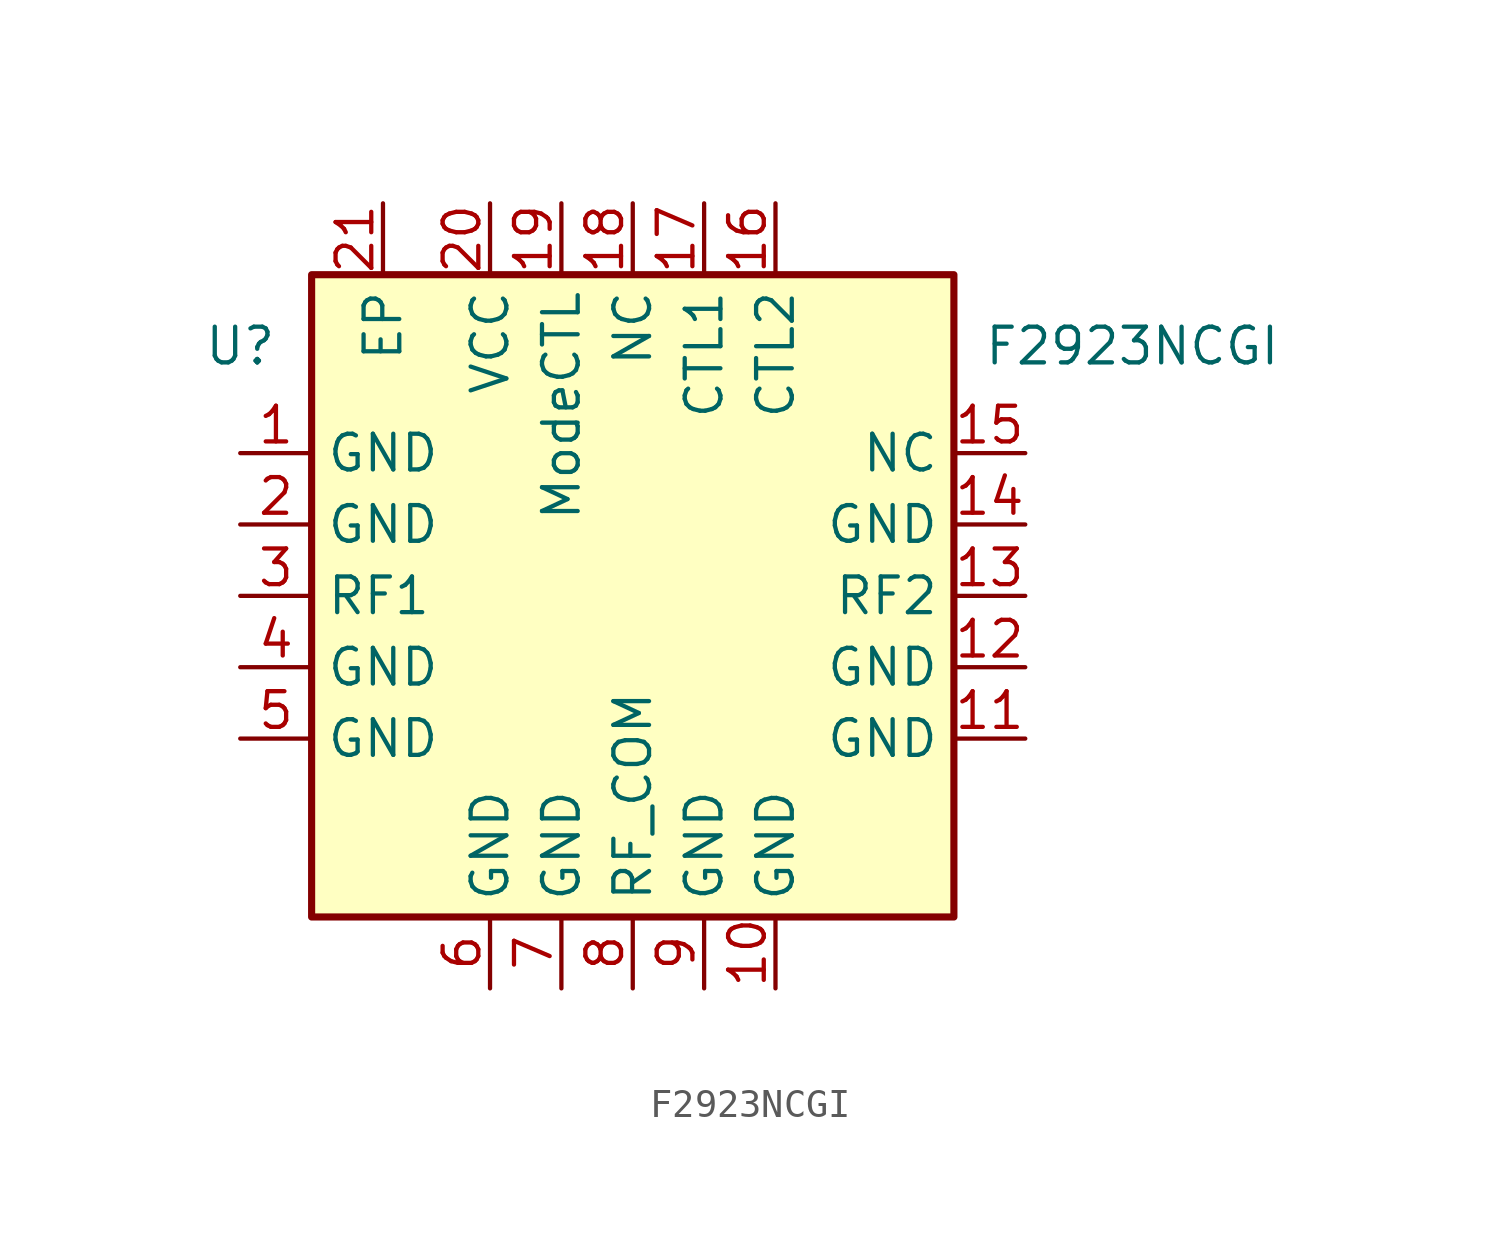
<source format=kicad_sym>
(kicad_symbol_lib
  (version 20211014)
  (generator kicad_symbol_editor)
  (symbol "F2923NCGI"
    (property "Reference" "U"
      (at -13.97 8.89 0)
      (effects (font (size 1.27 1.27))))
    (property "Value" "F2923NCGI"
      (at 17.78 8.89 0)
      (effects (font (size 1.27 1.27))))
    (symbol "F2923NCGI_1_1"
      (rectangle (start -11.43 11.43) (end 11.43 -11.43) (stroke (width 0.254) (type default) (color 0 0 0 0)) (fill (type background)))
      (pin passive line (at -13.97 5.08 0) (length 2.54) (name "GND" (effects (font (size 1.27 1.27)))) (number "1" (effects (font (size 1.27 1.27)))))
      (pin passive line (at 5.08 -13.97 90) (length 2.54) (name "GND" (effects (font (size 1.27 1.27)))) (number "10" (effects (font (size 1.27 1.27)))))
      (pin passive line (at 13.97 -5.08 180) (length 2.54) (name "GND" (effects (font (size 1.27 1.27)))) (number "11" (effects (font (size 1.27 1.27)))))
      (pin passive line (at 13.97 -2.54 180) (length 2.54) (name "GND" (effects (font (size 1.27 1.27)))) (number "12" (effects (font (size 1.27 1.27)))))
      (pin passive line (at 13.97 0 180) (length 2.54) (name "RF2" (effects (font (size 1.27 1.27)))) (number "13" (effects (font (size 1.27 1.27)))))
      (pin passive line (at 13.97 2.54 180) (length 2.54) (name "GND" (effects (font (size 1.27 1.27)))) (number "14" (effects (font (size 1.27 1.27)))))
      (pin passive line (at 13.97 5.08 180) (length 2.54) (name "NC" (effects (font (size 1.27 1.27)))) (number "15" (effects (font (size 1.27 1.27)))))
      (pin passive line (at 5.08 13.97 270) (length 2.54) (name "CTL2" (effects (font (size 1.27 1.27)))) (number "16" (effects (font (size 1.27 1.27)))))
      (pin passive line (at 2.54 13.97 270) (length 2.54) (name "CTL1" (effects (font (size 1.27 1.27)))) (number "17" (effects (font (size 1.27 1.27)))))
      (pin passive line (at 0 13.97 270) (length 2.54) (name "NC" (effects (font (size 1.27 1.27)))) (number "18" (effects (font (size 1.27 1.27)))))
      (pin passive line (at -2.54 13.97 270) (length 2.54) (name "ModeCTL" (effects (font (size 1.27 1.27)))) (number "19" (effects (font (size 1.27 1.27)))))
      (pin passive line (at -13.97 2.54 0) (length 2.54) (name "GND" (effects (font (size 1.27 1.27)))) (number "2" (effects (font (size 1.27 1.27)))))
      (pin passive line (at -5.08 13.97 270) (length 2.54) (name "VCC" (effects (font (size 1.27 1.27)))) (number "20" (effects (font (size 1.27 1.27)))))
      (pin passive line (at -8.89 13.97 270) (length 2.54) (name "EP" (effects (font (size 1.27 1.27)))) (number "21" (effects (font (size 1.27 1.27)))))
      (pin passive line (at -13.97 0 0) (length 2.54) (name "RF1" (effects (font (size 1.27 1.27)))) (number "3" (effects (font (size 1.27 1.27)))))
      (pin passive line (at -13.97 -2.54 0) (length 2.54) (name "GND" (effects (font (size 1.27 1.27)))) (number "4" (effects (font (size 1.27 1.27)))))
      (pin passive line (at -13.97 -5.08 0) (length 2.54) (name "GND" (effects (font (size 1.27 1.27)))) (number "5" (effects (font (size 1.27 1.27)))))
      (pin passive line (at -5.08 -13.97 90) (length 2.54) (name "GND" (effects (font (size 1.27 1.27)))) (number "6" (effects (font (size 1.27 1.27)))))
      (pin passive line (at -2.54 -13.97 90) (length 2.54) (name "GND" (effects (font (size 1.27 1.27)))) (number "7" (effects (font (size 1.27 1.27)))))
      (pin passive line (at 0 -13.97 90) (length 2.54) (name "RF_COM" (effects (font (size 1.27 1.27)))) (number "8" (effects (font (size 1.27 1.27)))))
      (pin passive line (at 2.54 -13.97 90) (length 2.54) (name "GND" (effects (font (size 1.27 1.27)))) (number "9" (effects (font (size 1.27 1.27))))))))
</source>
